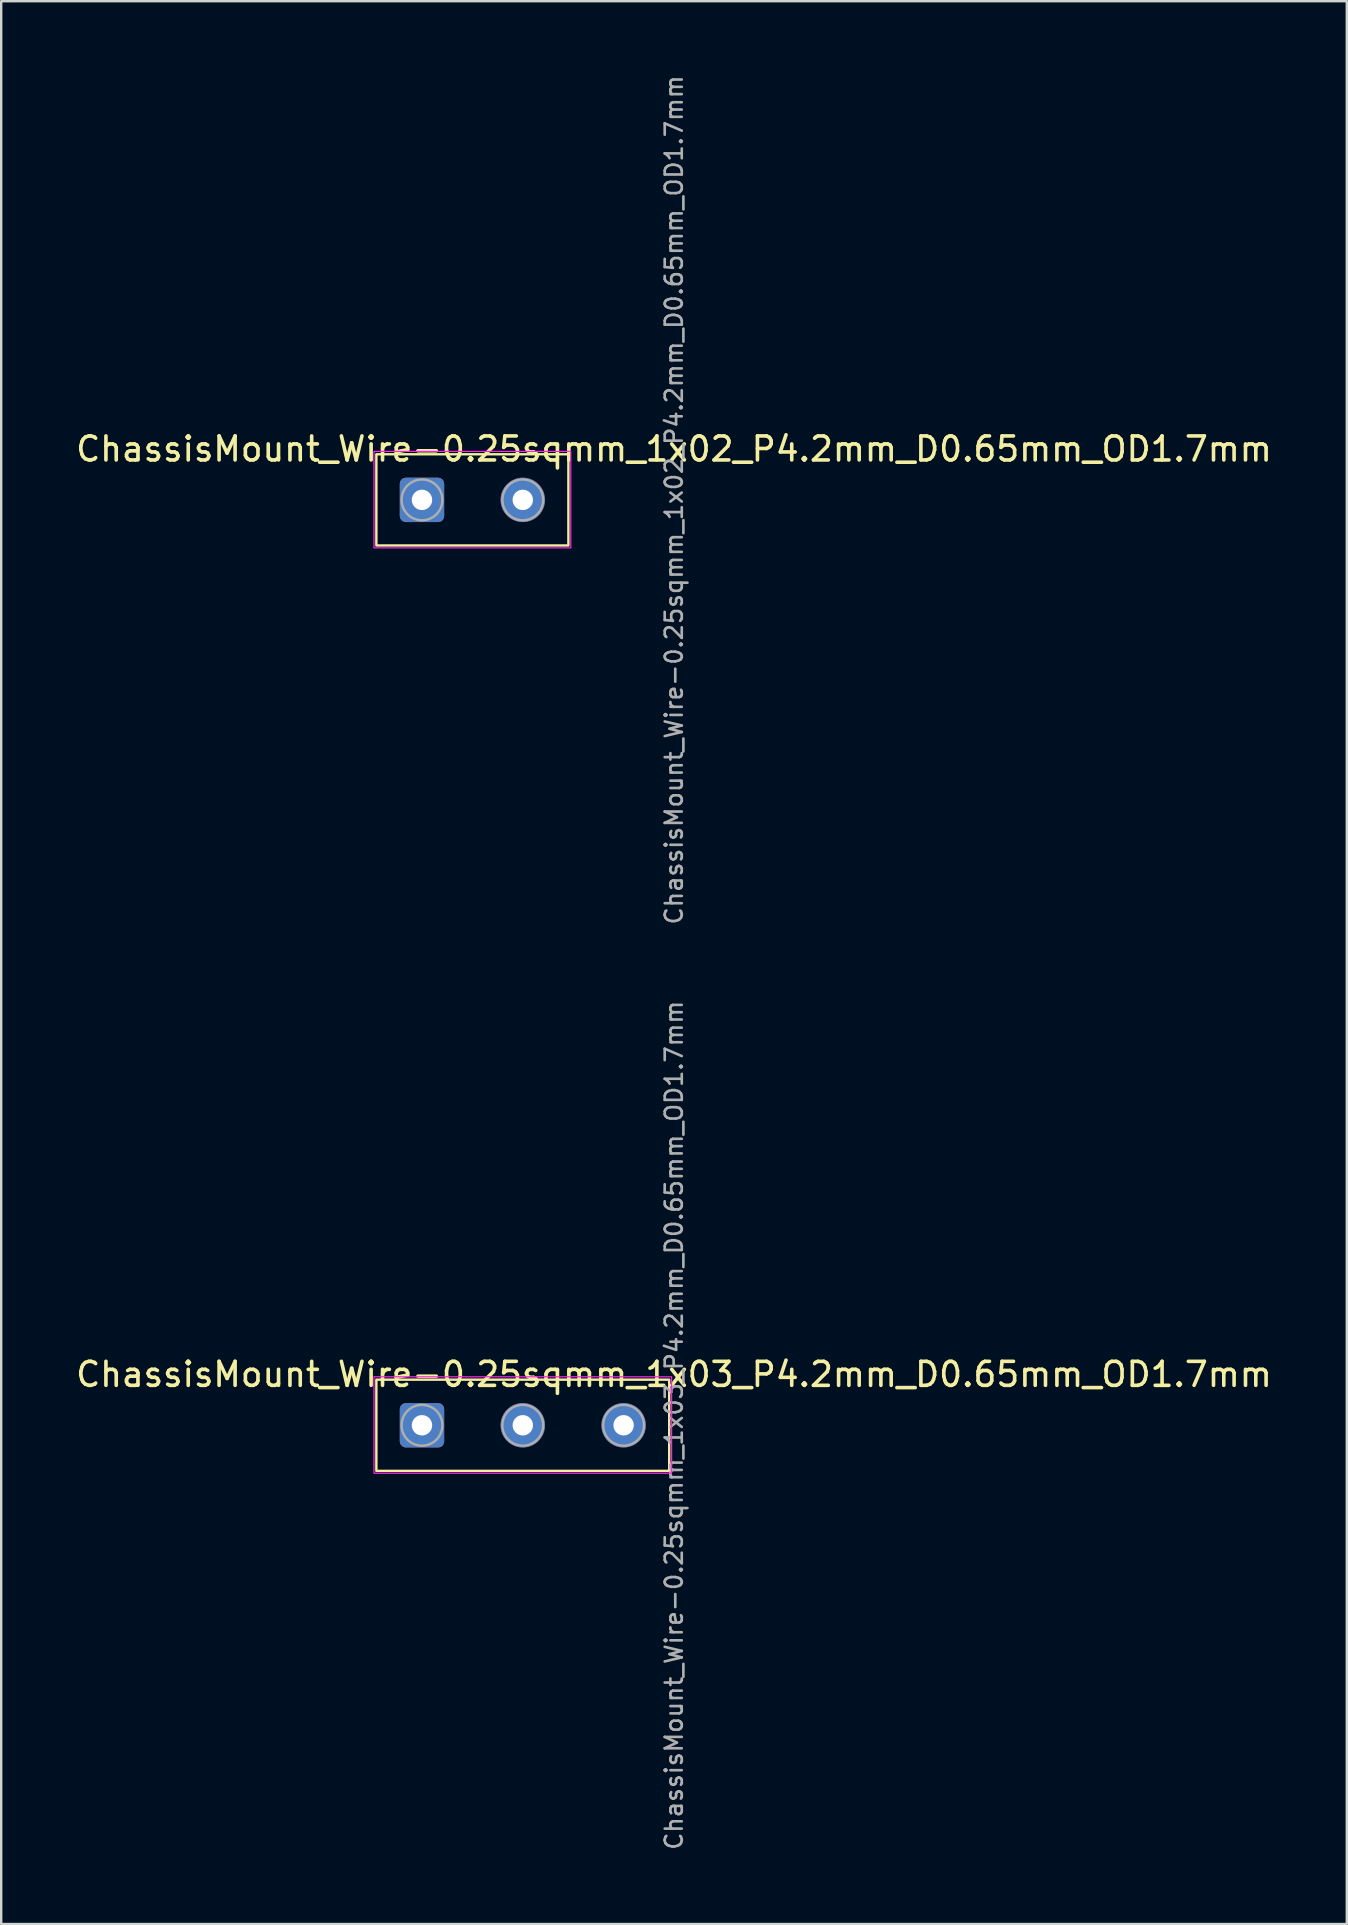
<source format=kicad_pcb>
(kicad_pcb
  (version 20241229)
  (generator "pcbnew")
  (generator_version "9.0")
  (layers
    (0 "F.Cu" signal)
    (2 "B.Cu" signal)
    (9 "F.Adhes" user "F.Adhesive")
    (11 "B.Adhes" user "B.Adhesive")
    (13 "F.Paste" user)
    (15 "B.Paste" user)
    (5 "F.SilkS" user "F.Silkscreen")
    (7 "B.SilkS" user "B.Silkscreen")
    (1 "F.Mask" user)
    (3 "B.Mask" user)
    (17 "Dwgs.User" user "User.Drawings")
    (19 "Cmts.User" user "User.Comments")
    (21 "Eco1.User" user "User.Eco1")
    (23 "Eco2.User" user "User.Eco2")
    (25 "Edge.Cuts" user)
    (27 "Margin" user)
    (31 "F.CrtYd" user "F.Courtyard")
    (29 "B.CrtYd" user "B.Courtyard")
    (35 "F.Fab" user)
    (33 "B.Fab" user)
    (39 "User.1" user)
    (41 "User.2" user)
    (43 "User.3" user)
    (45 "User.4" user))
  (footprint "ChassisMount_Wire-0.25sqmm_1x03_P4.2mm_D0.65mm_OD1.7mm"
    (layer "F.Cu")
    (at 14.53 56.329)
    (property "Reference" "ChassisMount_Wire-0.25sqmm_1x03_P4.2mm_D0.65mm_OD1.7mm" (at 10.5 -2.12 0) (layer "F.SilkS") (effects (font (size 1 1) (thickness 0.15))))
    (attr exclude_from_pos_files exclude_from_bom)
    (fp_rect (start -1.9 -1.9) (end 10.3 1.9) (stroke (width 0.1) (type default)) (fill no) (layer "F.SilkS"))
    (fp_rect (start -2 -2.02) (end 10.4 2) (stroke (width 0.05) (type solid)) (fill no) (layer "F.CrtYd"))
    (fp_circle (center 0 0) (end 0.85 0) (stroke (width 0.1) (type solid)) (fill no) (layer "F.Fab"))
    (fp_circle (center 4.2 0) (end 5.05 0) (stroke (width 0.1) (type solid)) (fill no) (layer "F.Fab"))
    (fp_circle (center 8.4 0) (end 9.25 0) (stroke (width 0.1) (type solid)) (fill no) (layer "F.Fab"))
    (fp_text user "${REFERENCE}" (at 10.5 0 90) (layer "F.Fab") (effects (font (size 0.71 0.71) (thickness 0.11))))
    (pad "1" thru_hole roundrect (at 0 0) (size 1.85 1.85) (drill 0.85) (layers "*.Cu" "*.Mask") (roundrect_rratio 0.135))
    (pad "2" thru_hole circle (at 4.2 0) (size 1.85 1.85) (drill 0.85) (layers "*.Cu" "*.Mask"))
    (pad "3" thru_hole circle (at 8.4 0) (size 1.85 1.85) (drill 0.85) (layers "*.Cu" "*.Mask")))
  (footprint "ChassisMount_Wire-0.25sqmm_1x02_P4.2mm_D0.65mm_OD1.7mm"
    (layer "F.Cu")
    (at 14.53 17.776)
    (property "Reference" "ChassisMount_Wire-0.25sqmm_1x02_P4.2mm_D0.65mm_OD1.7mm" (at 10.5 -2.12 0) (layer "F.SilkS") (effects (font (size 1 1) (thickness 0.15))))
    (attr exclude_from_pos_files exclude_from_bom)
    (fp_rect (start -1.9 -1.9) (end 6.1 1.9) (stroke (width 0.1) (type default)) (fill no) (layer "F.SilkS"))
    (fp_rect (start -2 -2.02) (end 6.2 2) (stroke (width 0.05) (type solid)) (fill no) (layer "F.CrtYd"))
    (fp_circle (center 0 0) (end 0.85 0) (stroke (width 0.1) (type solid)) (fill no) (layer "F.Fab"))
    (fp_circle (center 4.2 0) (end 5.05 0) (stroke (width 0.1) (type solid)) (fill no) (layer "F.Fab"))
    (fp_text user "${REFERENCE}" (at 10.5 0 90) (layer "F.Fab") (effects (font (size 0.71 0.71) (thickness 0.11))))
    (pad "1" thru_hole roundrect (at 0 0) (size 1.85 1.85) (drill 0.85) (layers "*.Cu" "*.Mask") (roundrect_rratio 0.135))
    (pad "2" thru_hole circle (at 4.2 0) (size 1.85 1.85) (drill 0.85) (layers "*.Cu" "*.Mask")))
  (gr_rect
    (start -3 -3)
    (end 53.06 77.106)
    (stroke (width 0.1) (type default))
    (fill no)
    (layer "Edge.Cuts")))
</source>
